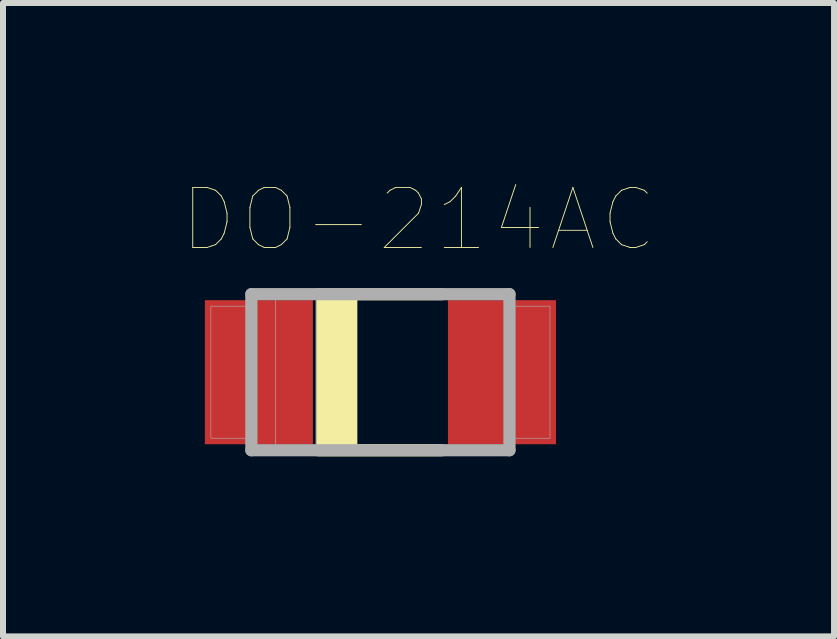
<source format=kicad_pcb>
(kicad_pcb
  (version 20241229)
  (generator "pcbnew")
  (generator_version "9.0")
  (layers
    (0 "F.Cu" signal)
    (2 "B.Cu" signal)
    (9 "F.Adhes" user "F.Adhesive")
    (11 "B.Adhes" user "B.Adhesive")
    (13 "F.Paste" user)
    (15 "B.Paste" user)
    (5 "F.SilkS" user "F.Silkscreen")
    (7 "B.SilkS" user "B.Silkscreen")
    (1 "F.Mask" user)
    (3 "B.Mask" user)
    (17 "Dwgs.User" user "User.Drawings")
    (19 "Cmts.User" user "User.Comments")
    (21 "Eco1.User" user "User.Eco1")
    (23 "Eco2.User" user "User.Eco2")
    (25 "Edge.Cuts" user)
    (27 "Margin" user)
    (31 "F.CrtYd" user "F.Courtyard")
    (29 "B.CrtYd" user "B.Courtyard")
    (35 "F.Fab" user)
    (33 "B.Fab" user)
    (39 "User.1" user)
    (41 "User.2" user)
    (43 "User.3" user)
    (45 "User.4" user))
  (footprint "DO-214AC"
    (layer "F.Cu")
    (at 3.288 3.151)
    (property "Reference" "DO-214AC" (at 0.635 -2.54 0) (layer "F.SilkS") (effects (font (size 1 1) (thickness 0.015))))
    (attr through_hole)
    (fp_line (start -1.035 -1.3) (end 1.025 -1.3) (stroke (width 0.203) (type solid)) (layer "F.SilkS"))
    (fp_line (start 1.025 1.3) (end -1.035 1.3) (stroke (width 0.203) (type solid)) (layer "F.SilkS"))
    (fp_poly (pts (xy -1.065 -1.225) (xy -0.39 -1.225) (xy -0.39 1.225) (xy -1.065 1.225)) (stroke (width 0.01) (type solid)) (fill yes) (layer "F.SilkS"))
    (fp_line (start -2.15 -1.3) (end 2.15 -1.3) (stroke (width 0.203) (type solid)) (layer "F.Fab"))
    (fp_line (start -2.15 1.3) (end -2.15 -1.3) (stroke (width 0.203) (type solid)) (layer "F.Fab"))
    (fp_line (start 2.15 -1.3) (end 2.15 1.3) (stroke (width 0.203) (type solid)) (layer "F.Fab"))
    (fp_line (start 2.15 1.3) (end -2.15 1.3) (stroke (width 0.203) (type solid)) (layer "F.Fab"))
    (fp_poly (pts (xy -2.825 -1.1) (xy -2.175 -1.1) (xy -2.175 1.1) (xy -2.825 1.1)) (stroke (width 0.01) (type solid)) (fill no) (layer "F.Fab"))
    (fp_poly (pts (xy -1.75 -1.225) (xy -1.075 -1.225) (xy -1.075 1.225) (xy -1.75 1.225)) (stroke (width 0.01) (type solid)) (fill no) (layer "F.Fab"))
    (fp_poly (pts (xy 2.175 -1.1) (xy 2.825 -1.1) (xy 2.825 1.1) (xy 2.175 1.1)) (stroke (width 0.01) (type solid)) (fill no) (layer "F.Fab"))
    (pad "A" smd rect (at 2.025 0) (size 1.8 2.4) (layers "F.Cu" "F.Mask" "F.Paste"))
    (pad "C" smd rect (at -2.025 0) (size 1.8 2.4) (layers "F.Cu" "F.Mask" "F.Paste")))
  (gr_rect
    (start -3 -3)
    (end 10.845 7.553)
    (stroke (width 0.1) (type default))
    (fill no)
    (layer "Edge.Cuts")))
</source>
